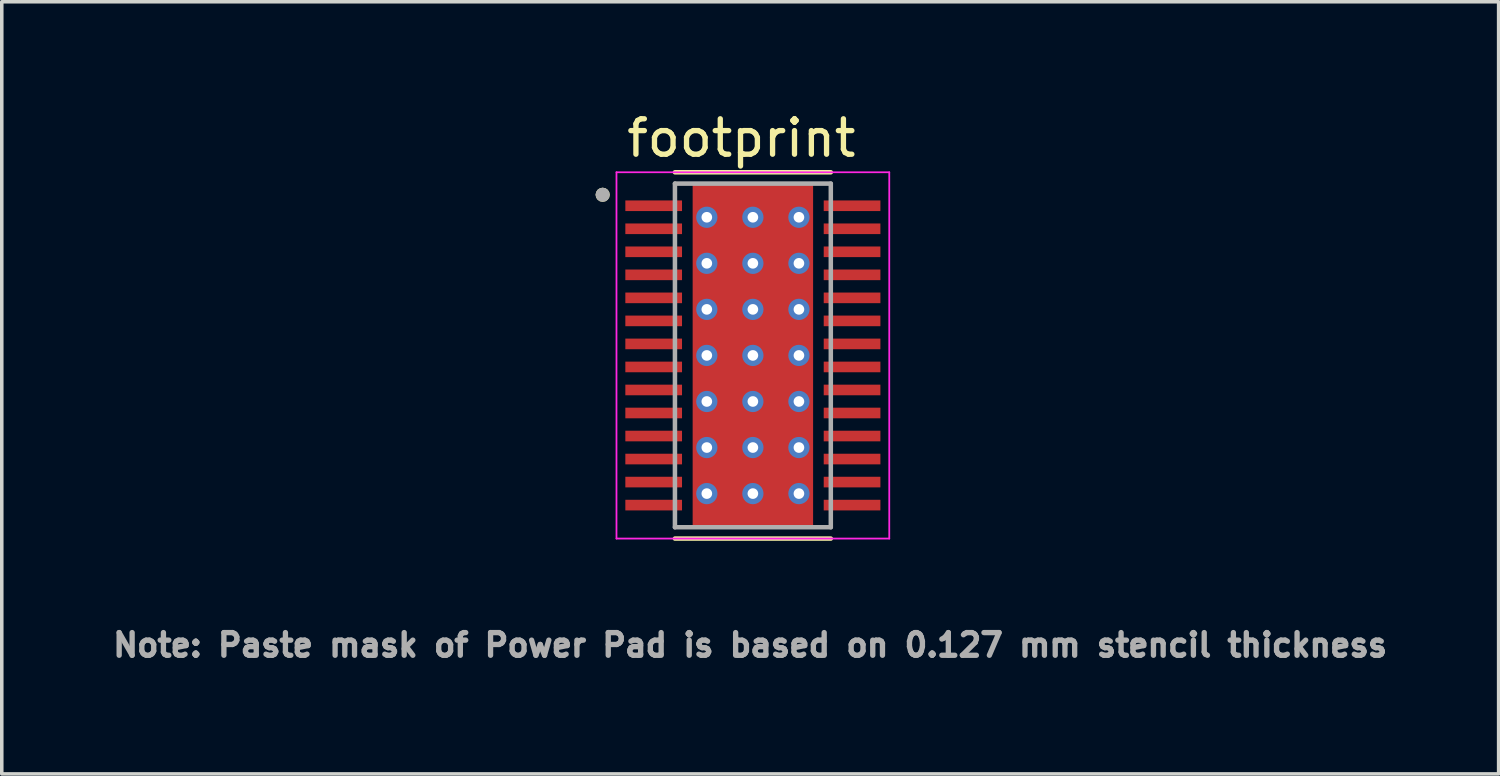
<source format=kicad_pcb>
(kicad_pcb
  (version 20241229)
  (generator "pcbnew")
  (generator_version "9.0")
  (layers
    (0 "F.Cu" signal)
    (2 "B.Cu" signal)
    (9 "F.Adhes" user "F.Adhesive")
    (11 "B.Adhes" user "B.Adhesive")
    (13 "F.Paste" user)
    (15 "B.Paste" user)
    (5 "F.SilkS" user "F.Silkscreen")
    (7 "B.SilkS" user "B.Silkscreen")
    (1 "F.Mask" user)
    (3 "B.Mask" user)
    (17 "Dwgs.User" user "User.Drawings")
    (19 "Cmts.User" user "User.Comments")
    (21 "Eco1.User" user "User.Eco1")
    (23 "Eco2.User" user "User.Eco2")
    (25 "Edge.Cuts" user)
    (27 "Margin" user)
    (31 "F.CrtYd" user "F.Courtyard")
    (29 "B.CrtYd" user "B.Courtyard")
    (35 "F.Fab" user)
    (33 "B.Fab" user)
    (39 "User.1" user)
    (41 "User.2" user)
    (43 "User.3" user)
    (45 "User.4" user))
  (footprint "footprint"
    (layer "F.Cu")
    (at 18.202 6.983)
    (property "Reference" "footprint" (at -0.325 -6.135 0) (layer "F.SilkS") (effects (font (size 1 1) (thickness 0.15))))
    (attr smd)
    (fp_poly (pts (xy -3.67 -4.445) (xy -1.93 -4.445) (xy -1.93 -4.005) (xy -3.67 -4.005)) (stroke (width 0.01) (type solid)) (fill yes) (layer "F.Mask"))
    (fp_poly (pts (xy -3.67 -3.795) (xy -1.93 -3.795) (xy -1.93 -3.355) (xy -3.67 -3.355)) (stroke (width 0.01) (type solid)) (fill yes) (layer "F.Mask"))
    (fp_poly (pts (xy -3.67 -3.145) (xy -1.93 -3.145) (xy -1.93 -2.705) (xy -3.67 -2.705)) (stroke (width 0.01) (type solid)) (fill yes) (layer "F.Mask"))
    (fp_poly (pts (xy -3.67 -2.495) (xy -1.93 -2.495) (xy -1.93 -2.055) (xy -3.67 -2.055)) (stroke (width 0.01) (type solid)) (fill yes) (layer "F.Mask"))
    (fp_poly (pts (xy -3.67 -1.845) (xy -1.93 -1.845) (xy -1.93 -1.405) (xy -3.67 -1.405)) (stroke (width 0.01) (type solid)) (fill yes) (layer "F.Mask"))
    (fp_poly (pts (xy -3.67 -1.195) (xy -1.93 -1.195) (xy -1.93 -0.755) (xy -3.67 -0.755)) (stroke (width 0.01) (type solid)) (fill yes) (layer "F.Mask"))
    (fp_poly (pts (xy -3.67 -0.545) (xy -1.93 -0.545) (xy -1.93 -0.105) (xy -3.67 -0.105)) (stroke (width 0.01) (type solid)) (fill yes) (layer "F.Mask"))
    (fp_poly (pts (xy -3.67 0.105) (xy -1.93 0.105) (xy -1.93 0.545) (xy -3.67 0.545)) (stroke (width 0.01) (type solid)) (fill yes) (layer "F.Mask"))
    (fp_poly (pts (xy -3.67 0.755) (xy -1.93 0.755) (xy -1.93 1.195) (xy -3.67 1.195)) (stroke (width 0.01) (type solid)) (fill yes) (layer "F.Mask"))
    (fp_poly (pts (xy -3.67 1.405) (xy -1.93 1.405) (xy -1.93 1.845) (xy -3.67 1.845)) (stroke (width 0.01) (type solid)) (fill yes) (layer "F.Mask"))
    (fp_poly (pts (xy -3.67 2.055) (xy -1.93 2.055) (xy -1.93 2.495) (xy -3.67 2.495)) (stroke (width 0.01) (type solid)) (fill yes) (layer "F.Mask"))
    (fp_poly (pts (xy -3.67 2.705) (xy -1.93 2.705) (xy -1.93 3.145) (xy -3.67 3.145)) (stroke (width 0.01) (type solid)) (fill yes) (layer "F.Mask"))
    (fp_poly (pts (xy -3.67 3.355) (xy -1.93 3.355) (xy -1.93 3.795) (xy -3.67 3.795)) (stroke (width 0.01) (type solid)) (fill yes) (layer "F.Mask"))
    (fp_poly (pts (xy -3.67 4.005) (xy -1.93 4.005) (xy -1.93 4.445) (xy -3.67 4.445)) (stroke (width 0.01) (type solid)) (fill yes) (layer "F.Mask"))
    (fp_poly (pts (xy -1.2 -3.23) (xy 1.2 -3.23) (xy 1.2 3.23) (xy -1.2 3.23)) (stroke (width 0.01) (type solid)) (fill yes) (layer "F.Mask"))
    (fp_poly (pts (xy 1.93 -4.445) (xy 3.67 -4.445) (xy 3.67 -4.005) (xy 1.93 -4.005)) (stroke (width 0.01) (type solid)) (fill yes) (layer "F.Mask"))
    (fp_poly (pts (xy 1.93 -3.795) (xy 3.67 -3.795) (xy 3.67 -3.355) (xy 1.93 -3.355)) (stroke (width 0.01) (type solid)) (fill yes) (layer "F.Mask"))
    (fp_poly (pts (xy 1.93 -3.145) (xy 3.67 -3.145) (xy 3.67 -2.705) (xy 1.93 -2.705)) (stroke (width 0.01) (type solid)) (fill yes) (layer "F.Mask"))
    (fp_poly (pts (xy 1.93 -2.495) (xy 3.67 -2.495) (xy 3.67 -2.055) (xy 1.93 -2.055)) (stroke (width 0.01) (type solid)) (fill yes) (layer "F.Mask"))
    (fp_poly (pts (xy 1.93 -1.845) (xy 3.67 -1.845) (xy 3.67 -1.405) (xy 1.93 -1.405)) (stroke (width 0.01) (type solid)) (fill yes) (layer "F.Mask"))
    (fp_poly (pts (xy 1.93 -1.195) (xy 3.67 -1.195) (xy 3.67 -0.755) (xy 1.93 -0.755)) (stroke (width 0.01) (type solid)) (fill yes) (layer "F.Mask"))
    (fp_poly (pts (xy 1.93 -0.545) (xy 3.67 -0.545) (xy 3.67 -0.105) (xy 1.93 -0.105)) (stroke (width 0.01) (type solid)) (fill yes) (layer "F.Mask"))
    (fp_poly (pts (xy 1.93 0.105) (xy 3.67 0.105) (xy 3.67 0.545) (xy 1.93 0.545)) (stroke (width 0.01) (type solid)) (fill yes) (layer "F.Mask"))
    (fp_poly (pts (xy 1.93 0.755) (xy 3.67 0.755) (xy 3.67 1.195) (xy 1.93 1.195)) (stroke (width 0.01) (type solid)) (fill yes) (layer "F.Mask"))
    (fp_poly (pts (xy 1.93 1.405) (xy 3.67 1.405) (xy 3.67 1.845) (xy 1.93 1.845)) (stroke (width 0.01) (type solid)) (fill yes) (layer "F.Mask"))
    (fp_poly (pts (xy 1.93 2.055) (xy 3.67 2.055) (xy 3.67 2.495) (xy 1.93 2.495)) (stroke (width 0.01) (type solid)) (fill yes) (layer "F.Mask"))
    (fp_poly (pts (xy 1.93 2.705) (xy 3.67 2.705) (xy 3.67 3.145) (xy 1.93 3.145)) (stroke (width 0.01) (type solid)) (fill yes) (layer "F.Mask"))
    (fp_poly (pts (xy 1.93 3.355) (xy 3.67 3.355) (xy 3.67 3.795) (xy 1.93 3.795)) (stroke (width 0.01) (type solid)) (fill yes) (layer "F.Mask"))
    (fp_poly (pts (xy 1.93 4.005) (xy 3.67 4.005) (xy 3.67 4.445) (xy 1.93 4.445)) (stroke (width 0.01) (type solid)) (fill yes) (layer "F.Mask"))
    (fp_line (start -2.2 -5.17) (end 2.2 -5.17) (stroke (width 0.127) (type solid)) (layer "F.SilkS"))
    (fp_line (start -2.2 5.17) (end 2.2 5.17) (stroke (width 0.127) (type solid)) (layer "F.SilkS"))
    (fp_circle (center -4.24 -4.535) (end -4.14 -4.535) (stroke (width 0.2) (type solid)) (fill no) (layer "F.SilkS"))
    (fp_poly (pts (xy -3.575 -4.35) (xy -2.025 -4.35) (xy -2.025 -4.1) (xy -3.575 -4.1)) (stroke (width 0.01) (type solid)) (fill yes) (layer "F.Paste"))
    (fp_poly (pts (xy -3.575 -3.7) (xy -2.025 -3.7) (xy -2.025 -3.45) (xy -3.575 -3.45)) (stroke (width 0.01) (type solid)) (fill yes) (layer "F.Paste"))
    (fp_poly (pts (xy -3.575 -3.05) (xy -2.025 -3.05) (xy -2.025 -2.8) (xy -3.575 -2.8)) (stroke (width 0.01) (type solid)) (fill yes) (layer "F.Paste"))
    (fp_poly (pts (xy -3.575 -2.4) (xy -2.025 -2.4) (xy -2.025 -2.15) (xy -3.575 -2.15)) (stroke (width 0.01) (type solid)) (fill yes) (layer "F.Paste"))
    (fp_poly (pts (xy -3.575 -1.75) (xy -2.025 -1.75) (xy -2.025 -1.5) (xy -3.575 -1.5)) (stroke (width 0.01) (type solid)) (fill yes) (layer "F.Paste"))
    (fp_poly (pts (xy -3.575 -1.1) (xy -2.025 -1.1) (xy -2.025 -0.85) (xy -3.575 -0.85)) (stroke (width 0.01) (type solid)) (fill yes) (layer "F.Paste"))
    (fp_poly (pts (xy -3.575 -0.45) (xy -2.025 -0.45) (xy -2.025 -0.2) (xy -3.575 -0.2)) (stroke (width 0.01) (type solid)) (fill yes) (layer "F.Paste"))
    (fp_poly (pts (xy -3.575 0.2) (xy -2.025 0.2) (xy -2.025 0.45) (xy -3.575 0.45)) (stroke (width 0.01) (type solid)) (fill yes) (layer "F.Paste"))
    (fp_poly (pts (xy -3.575 0.85) (xy -2.025 0.85) (xy -2.025 1.1) (xy -3.575 1.1)) (stroke (width 0.01) (type solid)) (fill yes) (layer "F.Paste"))
    (fp_poly (pts (xy -3.575 1.5) (xy -2.025 1.5) (xy -2.025 1.75) (xy -3.575 1.75)) (stroke (width 0.01) (type solid)) (fill yes) (layer "F.Paste"))
    (fp_poly (pts (xy -3.575 2.15) (xy -2.025 2.15) (xy -2.025 2.4) (xy -3.575 2.4)) (stroke (width 0.01) (type solid)) (fill yes) (layer "F.Paste"))
    (fp_poly (pts (xy -3.575 2.8) (xy -2.025 2.8) (xy -2.025 3.05) (xy -3.575 3.05)) (stroke (width 0.01) (type solid)) (fill yes) (layer "F.Paste"))
    (fp_poly (pts (xy -3.575 3.45) (xy -2.025 3.45) (xy -2.025 3.7) (xy -3.575 3.7)) (stroke (width 0.01) (type solid)) (fill yes) (layer "F.Paste"))
    (fp_poly (pts (xy -3.575 4.1) (xy -2.025 4.1) (xy -2.025 4.35) (xy -3.575 4.35)) (stroke (width 0.01) (type solid)) (fill yes) (layer "F.Paste"))
    (fp_poly (pts (xy -1.2 -3.23) (xy 1.2 -3.23) (xy 1.2 3.23) (xy -1.2 3.23)) (stroke (width 0.01) (type solid)) (fill yes) (layer "F.Paste"))
    (fp_poly (pts (xy 2.025 -4.35) (xy 3.575 -4.35) (xy 3.575 -4.1) (xy 2.025 -4.1)) (stroke (width 0.01) (type solid)) (fill yes) (layer "F.Paste"))
    (fp_poly (pts (xy 2.025 -3.7) (xy 3.575 -3.7) (xy 3.575 -3.45) (xy 2.025 -3.45)) (stroke (width 0.01) (type solid)) (fill yes) (layer "F.Paste"))
    (fp_poly (pts (xy 2.025 -3.05) (xy 3.575 -3.05) (xy 3.575 -2.8) (xy 2.025 -2.8)) (stroke (width 0.01) (type solid)) (fill yes) (layer "F.Paste"))
    (fp_poly (pts (xy 2.025 -2.4) (xy 3.575 -2.4) (xy 3.575 -2.15) (xy 2.025 -2.15)) (stroke (width 0.01) (type solid)) (fill yes) (layer "F.Paste"))
    (fp_poly (pts (xy 2.025 -1.75) (xy 3.575 -1.75) (xy 3.575 -1.5) (xy 2.025 -1.5)) (stroke (width 0.01) (type solid)) (fill yes) (layer "F.Paste"))
    (fp_poly (pts (xy 2.025 -1.1) (xy 3.575 -1.1) (xy 3.575 -0.85) (xy 2.025 -0.85)) (stroke (width 0.01) (type solid)) (fill yes) (layer "F.Paste"))
    (fp_poly (pts (xy 2.025 -0.45) (xy 3.575 -0.45) (xy 3.575 -0.2) (xy 2.025 -0.2)) (stroke (width 0.01) (type solid)) (fill yes) (layer "F.Paste"))
    (fp_poly (pts (xy 2.025 0.2) (xy 3.575 0.2) (xy 3.575 0.45) (xy 2.025 0.45)) (stroke (width 0.01) (type solid)) (fill yes) (layer "F.Paste"))
    (fp_poly (pts (xy 2.025 0.85) (xy 3.575 0.85) (xy 3.575 1.1) (xy 2.025 1.1)) (stroke (width 0.01) (type solid)) (fill yes) (layer "F.Paste"))
    (fp_poly (pts (xy 2.025 1.5) (xy 3.575 1.5) (xy 3.575 1.75) (xy 2.025 1.75)) (stroke (width 0.01) (type solid)) (fill yes) (layer "F.Paste"))
    (fp_poly (pts (xy 2.025 2.15) (xy 3.575 2.15) (xy 3.575 2.4) (xy 2.025 2.4)) (stroke (width 0.01) (type solid)) (fill yes) (layer "F.Paste"))
    (fp_poly (pts (xy 2.025 2.8) (xy 3.575 2.8) (xy 3.575 3.05) (xy 2.025 3.05)) (stroke (width 0.01) (type solid)) (fill yes) (layer "F.Paste"))
    (fp_poly (pts (xy 2.025 3.45) (xy 3.575 3.45) (xy 3.575 3.7) (xy 2.025 3.7)) (stroke (width 0.01) (type solid)) (fill yes) (layer "F.Paste"))
    (fp_poly (pts (xy 2.025 4.1) (xy 3.575 4.1) (xy 3.575 4.35) (xy 2.025 4.35)) (stroke (width 0.01) (type solid)) (fill yes) (layer "F.Paste"))
    (fp_line (start -3.85 -5.17) (end -3.85 5.17) (stroke (width 0.05) (type solid)) (layer "F.CrtYd"))
    (fp_line (start -3.85 -5.17) (end 3.85 -5.17) (stroke (width 0.05) (type solid)) (layer "F.CrtYd"))
    (fp_line (start -3.85 5.17) (end 3.85 5.17) (stroke (width 0.05) (type solid)) (layer "F.CrtYd"))
    (fp_line (start 3.85 -5.17) (end 3.85 5.17) (stroke (width 0.05) (type solid)) (layer "F.CrtYd"))
    (fp_line (start -2.2 -4.85) (end -2.2 4.85) (stroke (width 0.127) (type solid)) (layer "F.Fab"))
    (fp_line (start -2.2 -4.85) (end 2.2 -4.85) (stroke (width 0.127) (type solid)) (layer "F.Fab"))
    (fp_line (start -2.2 4.85) (end 2.2 4.85) (stroke (width 0.127) (type solid)) (layer "F.Fab"))
    (fp_line (start 2.2 -4.85) (end 2.2 4.85) (stroke (width 0.127) (type solid)) (layer "F.Fab"))
    (fp_circle (center -4.24 -4.535) (end -4.14 -4.535) (stroke (width 0.2) (type solid)) (fill no) (layer "F.Fab"))
    (fp_text user "Note: Paste mask of Power Pad is based on 0.127 mm stencil thickness" (at -0.075 8.175 0) (layer "F.Fab") (effects (font (size 0.64 0.64) (thickness 0.15))))
    (pad "1" smd rect (at -2.8 -4.225) (size 1.6 0.3) (layers "F.Cu"))
    (pad "2" smd rect (at -2.8 -3.575) (size 1.6 0.3) (layers "F.Cu"))
    (pad "3" smd rect (at -2.8 -2.925) (size 1.6 0.3) (layers "F.Cu"))
    (pad "4" smd rect (at -2.8 -2.275) (size 1.6 0.3) (layers "F.Cu"))
    (pad "5" smd rect (at -2.8 -1.625) (size 1.6 0.3) (layers "F.Cu"))
    (pad "6" smd rect (at -2.8 -0.975) (size 1.6 0.3) (layers "F.Cu"))
    (pad "7" smd rect (at -2.8 -0.325) (size 1.6 0.3) (layers "F.Cu"))
    (pad "8" smd rect (at -2.8 0.325) (size 1.6 0.3) (layers "F.Cu"))
    (pad "9" smd rect (at -2.8 0.975) (size 1.6 0.3) (layers "F.Cu"))
    (pad "10" smd rect (at -2.8 1.625) (size 1.6 0.3) (layers "F.Cu"))
    (pad "11" smd rect (at -2.8 2.275) (size 1.6 0.3) (layers "F.Cu"))
    (pad "12" smd rect (at -2.8 2.925) (size 1.6 0.3) (layers "F.Cu"))
    (pad "13" smd rect (at -2.8 3.575) (size 1.6 0.3) (layers "F.Cu"))
    (pad "14" smd rect (at -2.8 4.225) (size 1.6 0.3) (layers "F.Cu"))
    (pad "15" smd rect (at 2.8 4.225) (size 1.6 0.3) (layers "F.Cu"))
    (pad "16" smd rect (at 2.8 3.575) (size 1.6 0.3) (layers "F.Cu"))
    (pad "17" smd rect (at 2.8 2.925) (size 1.6 0.3) (layers "F.Cu"))
    (pad "18" smd rect (at 2.8 2.275) (size 1.6 0.3) (layers "F.Cu"))
    (pad "19" smd rect (at 2.8 1.625) (size 1.6 0.3) (layers "F.Cu"))
    (pad "20" smd rect (at 2.8 0.975) (size 1.6 0.3) (layers "F.Cu"))
    (pad "21" smd rect (at 2.8 0.325) (size 1.6 0.3) (layers "F.Cu"))
    (pad "22" smd rect (at 2.8 -0.325) (size 1.6 0.3) (layers "F.Cu"))
    (pad "23" smd rect (at 2.8 -0.975) (size 1.6 0.3) (layers "F.Cu"))
    (pad "24" smd rect (at 2.8 -1.625) (size 1.6 0.3) (layers "F.Cu"))
    (pad "25" smd rect (at 2.8 -2.275) (size 1.6 0.3) (layers "F.Cu"))
    (pad "26" smd rect (at 2.8 -2.925) (size 1.6 0.3) (layers "F.Cu"))
    (pad "27" smd rect (at 2.8 -3.575) (size 1.6 0.3) (layers "F.Cu"))
    (pad "28" smd rect (at 2.8 -4.225) (size 1.6 0.3) (layers "F.Cu"))
    (pad "29" thru_hole circle (at -1.3 -3.9) (size 0.6 0.6) (drill 0.3) (layers "*.Cu"))
    (pad "29" thru_hole circle (at -1.3 -2.6) (size 0.6 0.6) (drill 0.3) (layers "*.Cu"))
    (pad "29" thru_hole circle (at -1.3 -1.3) (size 0.6 0.6) (drill 0.3) (layers "*.Cu"))
    (pad "29" thru_hole circle (at -1.3 0) (size 0.6 0.6) (drill 0.3) (layers "*.Cu"))
    (pad "29" thru_hole circle (at -1.3 1.3) (size 0.6 0.6) (drill 0.3) (layers "*.Cu"))
    (pad "29" thru_hole circle (at -1.3 2.6) (size 0.6 0.6) (drill 0.3) (layers "*.Cu"))
    (pad "29" thru_hole circle (at -1.3 3.9) (size 0.6 0.6) (drill 0.3) (layers "*.Cu"))
    (pad "29" thru_hole circle (at 0 -3.9) (size 0.6 0.6) (drill 0.3) (layers "*.Cu"))
    (pad "29" thru_hole circle (at 0 -2.6) (size 0.6 0.6) (drill 0.3) (layers "*.Cu"))
    (pad "29" thru_hole circle (at 0 -1.3) (size 0.6 0.6) (drill 0.3) (layers "*.Cu"))
    (pad "29" thru_hole circle (at 0 0) (size 0.6 0.6) (drill 0.3) (layers "*.Cu"))
    (pad "29" smd rect (at 0 0) (size 3.4 9.7) (layers "F.Cu"))
    (pad "29" thru_hole circle (at 0 1.3) (size 0.6 0.6) (drill 0.3) (layers "*.Cu"))
    (pad "29" thru_hole circle (at 0 2.6) (size 0.6 0.6) (drill 0.3) (layers "*.Cu"))
    (pad "29" thru_hole circle (at 0 3.9) (size 0.6 0.6) (drill 0.3) (layers "*.Cu"))
    (pad "29" thru_hole circle (at 1.3 -3.9) (size 0.6 0.6) (drill 0.3) (layers "*.Cu"))
    (pad "29" thru_hole circle (at 1.3 -2.6) (size 0.6 0.6) (drill 0.3) (layers "*.Cu"))
    (pad "29" thru_hole circle (at 1.3 -1.3) (size 0.6 0.6) (drill 0.3) (layers "*.Cu"))
    (pad "29" thru_hole circle (at 1.3 0) (size 0.6 0.6) (drill 0.3) (layers "*.Cu"))
    (pad "29" thru_hole circle (at 1.3 1.3) (size 0.6 0.6) (drill 0.3) (layers "*.Cu"))
    (pad "29" thru_hole circle (at 1.3 2.6) (size 0.6 0.6) (drill 0.3) (layers "*.Cu"))
    (pad "29" thru_hole circle (at 1.3 3.9) (size 0.6 0.6) (drill 0.3) (layers "*.Cu")))
  (gr_rect
    (start -3 -3)
    (end 39.253 18.796)
    (stroke (width 0.1) (type default))
    (fill no)
    (layer "Edge.Cuts")))
</source>
